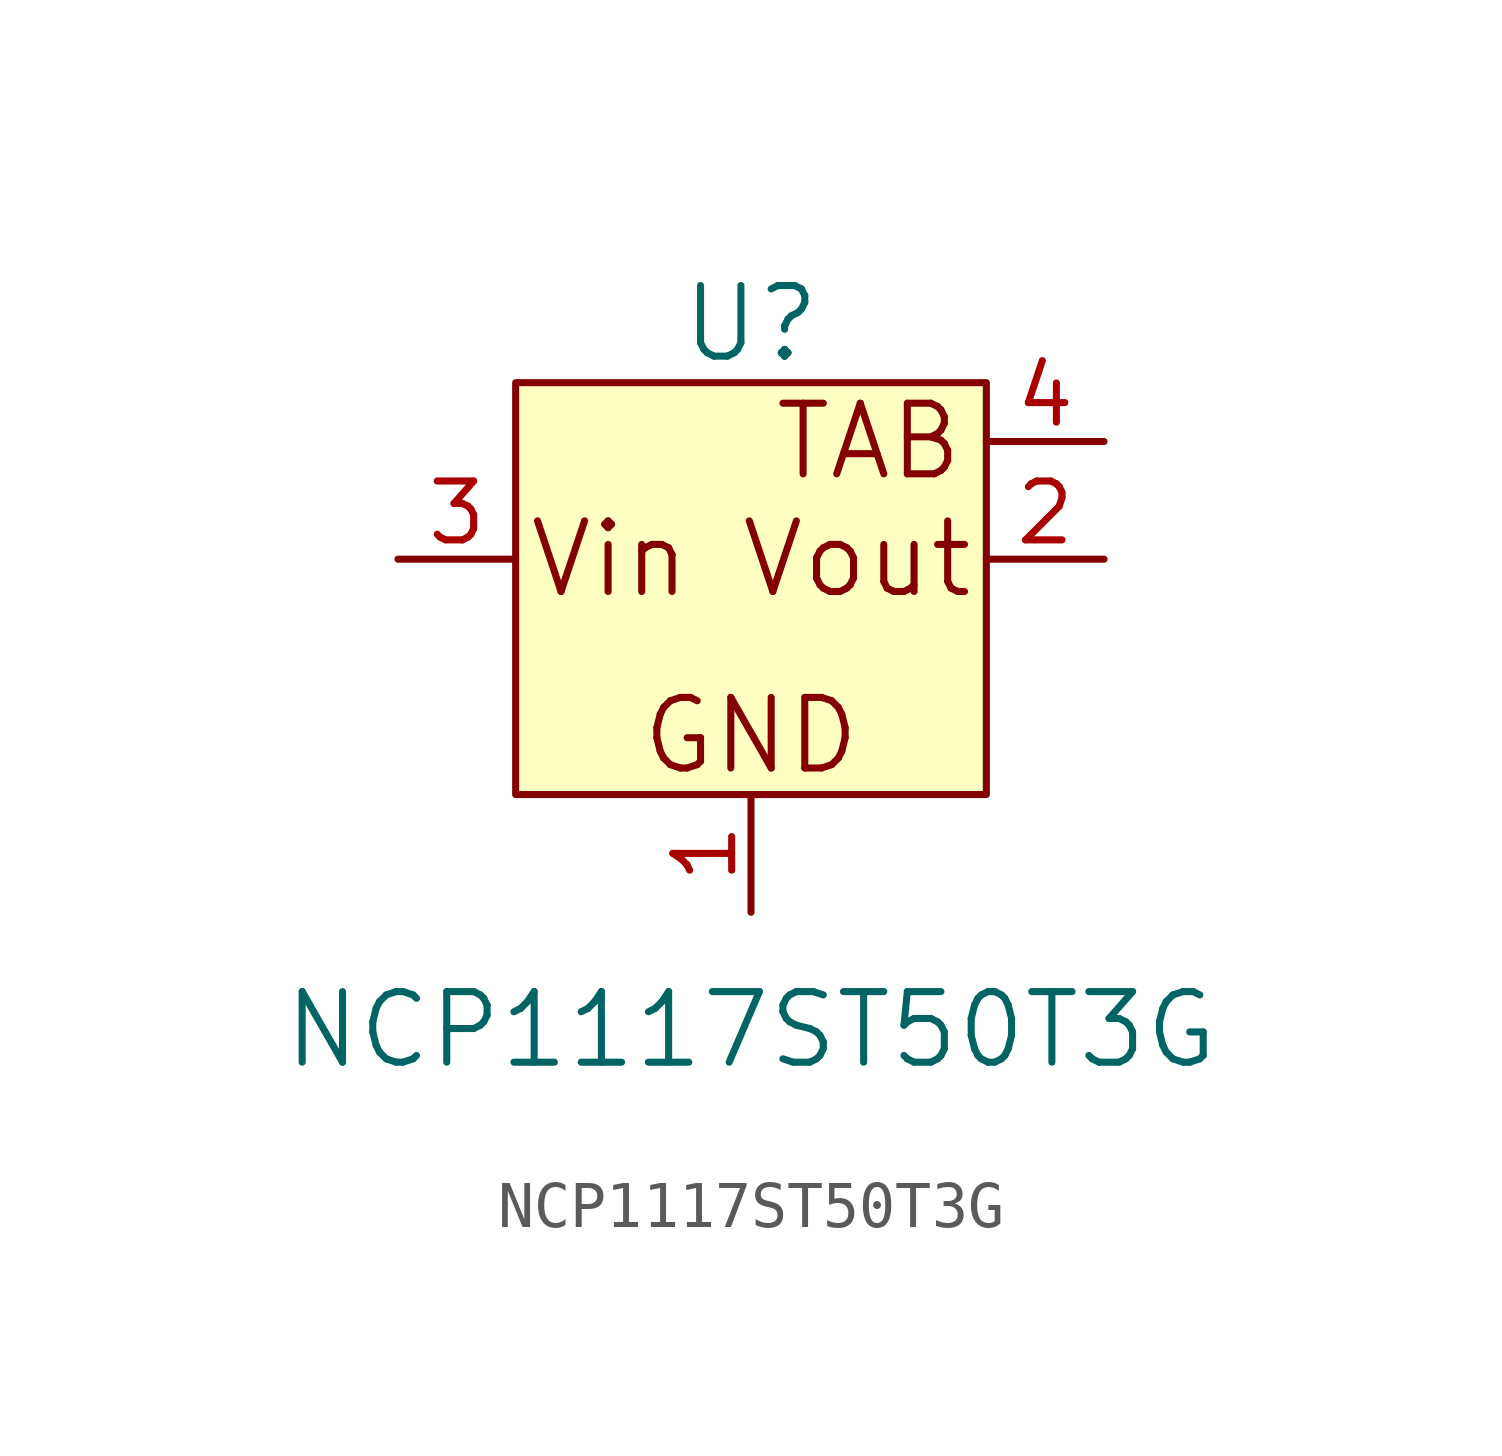
<source format=kicad_sym>
(kicad_symbol_lib
  (version 20241209)
  (generator "kicad_symbol_editor")
  (generator_version "9.0")
  (symbol "NCP1117ST50T3G"
    (pin_names
      (offset 0)
      (hide yes))
    (property "Reference" "U"
      (at 0 5.08 0)
      (effects (font (size 1.524 1.524))))
    (property "Value" "NCP1117ST50T3G"
      (at 0 -10.16 0)
      (effects (font (size 1.524 1.524))))
    (symbol "NCP1117ST50T3G_0_0"
      (rectangle (start -5.08 -5.08) (end 5.08 3.81) (stroke (width 0) (type default)) (fill (type background)))
      (text "Vin" (at -3.048 0 0) (effects (font (size 1.524 1.524))))
      (text "GND" (at 0 -3.81 0) (effects (font (size 1.524 1.524))))
      (text "Vout" (at 2.286 0 0) (effects (font (size 1.524 1.524))))
      (text "TAB" (at 2.54 2.54 0) (effects (font (size 1.524 1.524)))))
    (symbol "NCP1117ST50T3G_1_1"
      (pin input line (at -7.62 0 0) (length 2.54) (name "Vin" (effects (font (size 1.27 1.27)))) (number "3" (effects (font (size 1.27 1.27)))))
      (pin input line (at 0 -7.62 90) (length 2.54) (name "GND" (effects (font (size 1.27 1.27)))) (number "1" (effects (font (size 1.27 1.27)))))
      (pin input line (at 7.62 2.54 180) (length 2.54) (name "Vout_(TAB)" (effects (font (size 1.27 1.27)))) (number "4" (effects (font (size 1.27 1.27)))))
      (pin input line (at 7.62 0 180) (length 2.54) (name "Vout" (effects (font (size 1.27 1.27)))) (number "2" (effects (font (size 1.27 1.27))))))))
</source>
